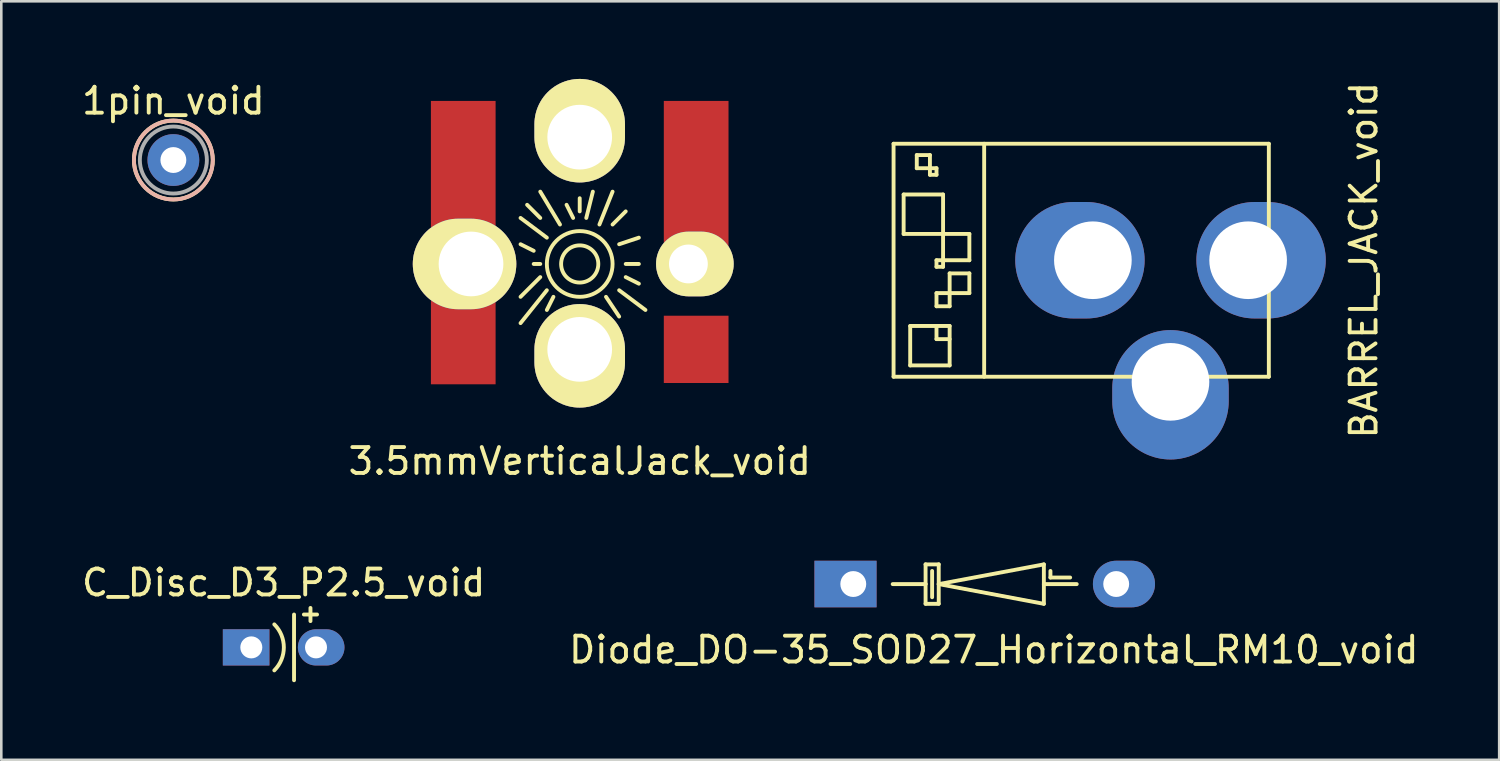
<source format=kicad_pcb>
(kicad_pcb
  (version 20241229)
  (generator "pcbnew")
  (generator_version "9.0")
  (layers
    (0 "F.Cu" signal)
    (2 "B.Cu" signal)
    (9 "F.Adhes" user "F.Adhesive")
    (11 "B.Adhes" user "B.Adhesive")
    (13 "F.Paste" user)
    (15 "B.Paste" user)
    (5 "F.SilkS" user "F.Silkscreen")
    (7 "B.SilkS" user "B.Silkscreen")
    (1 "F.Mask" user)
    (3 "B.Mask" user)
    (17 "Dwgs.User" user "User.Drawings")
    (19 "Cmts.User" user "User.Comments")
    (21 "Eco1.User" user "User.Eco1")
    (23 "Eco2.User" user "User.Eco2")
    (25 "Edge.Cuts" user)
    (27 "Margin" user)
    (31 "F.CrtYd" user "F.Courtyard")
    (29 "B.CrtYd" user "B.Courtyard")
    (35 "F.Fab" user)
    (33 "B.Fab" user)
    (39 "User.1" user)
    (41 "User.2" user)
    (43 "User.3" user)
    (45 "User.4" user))
  (footprint "C_Disc_D3_P2.5_void"
    (layer "F.Cu")
    (at 6.661 21.966)
    (property "Reference" "C_Disc_D3_P2.5_void" (at 1.25 -2.5 0) (layer "F.SilkS") (effects (font (size 1 1) (thickness 0.15))))
    (attr through_hole)
    (fp_line (start 1.651 -1.27) (end 1.651 1.27) (stroke (width 0.15) (type solid)) (layer "F.SilkS"))
    (fp_line (start 2.032 -1.27) (end 2.54 -1.27) (stroke (width 0.15) (type solid)) (layer "F.SilkS"))
    (fp_line (start 2.286 -1.016) (end 2.286 -1.524) (stroke (width 0.15) (type solid)) (layer "F.SilkS"))
    (fp_arc (start 0.889 -0.889) (mid 1.257236 0) (end 0.889 0.889) (stroke (width 0.15) (type solid)) (layer "F.SilkS"))
    (pad "1" thru_hole rect (at 0 0) (size 1.8 1.4) (drill 0.85 (offset -0.2 0)) (layers "*.Cu" "*.Mask"))
    (pad "2" thru_hole oval (at 2.5 0) (size 1.8 1.4) (drill 0.85 (offset 0.2 0)) (layers "*.Cu" "*.Mask")))
  (footprint "BARREL_JACK_void"
    (layer "F.Cu")
    (at 38.98 7.006)
    (property "Reference" "BARREL_JACK_void" (at 10.668 0 90) (layer "F.SilkS") (effects (font (size 1 1) (thickness 0.15))))
    (attr through_hole)
    (fp_line (start -7.501 -4.501) (end -7.501 4.501) (stroke (width 0.15) (type solid)) (layer "F.SilkS"))
    (fp_line (start -7.501 4.501) (end 7 4.501) (stroke (width 0.15) (type solid)) (layer "F.SilkS"))
    (fp_line (start -7.112 -2.54) (end -7.112 -1.016) (stroke (width 0.15) (type solid)) (layer "F.SilkS"))
    (fp_line (start -7.112 -1.016) (end -5.588 -1.016) (stroke (width 0.15) (type solid)) (layer "F.SilkS"))
    (fp_line (start -6.858 2.54) (end -5.334 2.54) (stroke (width 0.15) (type solid)) (layer "F.SilkS"))
    (fp_line (start -6.858 4.064) (end -6.858 2.54) (stroke (width 0.15) (type solid)) (layer "F.SilkS"))
    (fp_line (start -6.604 -4.064) (end -6.604 -3.556) (stroke (width 0.15) (type solid)) (layer "F.SilkS"))
    (fp_line (start -6.604 -3.556) (end -6.096 -3.556) (stroke (width 0.15) (type solid)) (layer "F.SilkS"))
    (fp_line (start -6.096 -4.064) (end -6.604 -4.064) (stroke (width 0.15) (type solid)) (layer "F.SilkS"))
    (fp_line (start -6.096 -3.556) (end -6.096 -4.064) (stroke (width 0.15) (type solid)) (layer "F.SilkS"))
    (fp_line (start -6.096 -3.556) (end -6.096 -3.302) (stroke (width 0.15) (type solid)) (layer "F.SilkS"))
    (fp_line (start -6.096 -3.302) (end -5.842 -3.302) (stroke (width 0.15) (type solid)) (layer "F.SilkS"))
    (fp_line (start -5.842 -3.556) (end -6.096 -3.556) (stroke (width 0.15) (type solid)) (layer "F.SilkS"))
    (fp_line (start -5.842 -3.302) (end -5.842 -3.556) (stroke (width 0.15) (type solid)) (layer "F.SilkS"))
    (fp_line (start -5.842 0) (end -5.842 0.254) (stroke (width 0.15) (type solid)) (layer "F.SilkS"))
    (fp_line (start -5.842 0.254) (end -5.588 0.254) (stroke (width 0.15) (type solid)) (layer "F.SilkS"))
    (fp_line (start -5.842 1.27) (end -5.334 1.27) (stroke (width 0.15) (type solid)) (layer "F.SilkS"))
    (fp_line (start -5.842 1.778) (end -5.842 1.27) (stroke (width 0.15) (type solid)) (layer "F.SilkS"))
    (fp_line (start -5.842 2.54) (end -5.842 3.048) (stroke (width 0.15) (type solid)) (layer "F.SilkS"))
    (fp_line (start -5.842 3.048) (end -5.334 3.048) (stroke (width 0.15) (type solid)) (layer "F.SilkS"))
    (fp_line (start -5.588 -2.54) (end -7.112 -2.54) (stroke (width 0.15) (type solid)) (layer "F.SilkS"))
    (fp_line (start -5.588 -1.016) (end -5.588 -2.54) (stroke (width 0.15) (type solid)) (layer "F.SilkS"))
    (fp_line (start -5.588 -1.016) (end -5.588 0) (stroke (width 0.15) (type solid)) (layer "F.SilkS"))
    (fp_line (start -5.588 0) (end -5.842 0) (stroke (width 0.15) (type solid)) (layer "F.SilkS"))
    (fp_line (start -5.588 0) (end -4.572 0) (stroke (width 0.15) (type solid)) (layer "F.SilkS"))
    (fp_line (start -5.588 0.254) (end -5.588 0) (stroke (width 0.15) (type solid)) (layer "F.SilkS"))
    (fp_line (start -5.334 0.508) (end -5.334 1.27) (stroke (width 0.15) (type solid)) (layer "F.SilkS"))
    (fp_line (start -5.334 1.27) (end -5.334 1.778) (stroke (width 0.15) (type solid)) (layer "F.SilkS"))
    (fp_line (start -5.334 1.27) (end -4.572 1.27) (stroke (width 0.15) (type solid)) (layer "F.SilkS"))
    (fp_line (start -5.334 1.778) (end -5.842 1.778) (stroke (width 0.15) (type solid)) (layer "F.SilkS"))
    (fp_line (start -5.334 2.54) (end -5.334 4.064) (stroke (width 0.15) (type solid)) (layer "F.SilkS"))
    (fp_line (start -5.334 4.064) (end -6.858 4.064) (stroke (width 0.15) (type solid)) (layer "F.SilkS"))
    (fp_line (start -4.572 -1.016) (end -5.588 -1.016) (stroke (width 0.15) (type solid)) (layer "F.SilkS"))
    (fp_line (start -4.572 0) (end -4.572 -1.016) (stroke (width 0.15) (type solid)) (layer "F.SilkS"))
    (fp_line (start -4.572 0.508) (end -5.334 0.508) (stroke (width 0.15) (type solid)) (layer "F.SilkS"))
    (fp_line (start -4.572 1.27) (end -4.572 0.508) (stroke (width 0.15) (type solid)) (layer "F.SilkS"))
    (fp_line (start -4 -4.501) (end -4 4.501) (stroke (width 0.15) (type solid)) (layer "F.SilkS"))
    (fp_line (start 7 -4.501) (end -7.501 -4.501) (stroke (width 0.15) (type solid)) (layer "F.SilkS"))
    (fp_line (start 7 4.501) (end 7 -4.501) (stroke (width 0.15) (type solid)) (layer "F.SilkS"))
    (pad "1" thru_hole oval (at 6.2 0) (size 5 4.5) (drill 3 (offset 0.5 0)) (layers "*.Cu" "*.Mask"))
    (pad "2" thru_hole oval (at 0.201 0) (size 5 4.5) (drill 3 (offset -0.5 0)) (layers "*.Cu" "*.Mask"))
    (pad "3" thru_hole oval (at 3.2 4.699) (size 4.5 5) (drill 3 (offset 0 0.5)) (layers "*.Cu" "*.Mask")))
  (footprint "1pin_void"
    (layer "F.Cu")
    (at 3.649 3.134)
    (property "Reference" "1pin_void" (at 0 -2.286 0) (layer "F.SilkS") (effects (font (size 1 1) (thickness 0.15))))
    (attr through_hole)
    (fp_circle (center 0 0) (end 1.524 0) (stroke (width 0.15) (type solid)) (fill no) (layer "F.SilkS"))
    (fp_circle (center 0 0) (end 1.524 0) (stroke (width 0.15) (type solid)) (fill no) (layer "B.SilkS"))
    (fp_circle (center 0 0) (end 1.27 -0.254) (stroke (width 0.15) (type solid)) (fill no) (layer "F.Fab"))
    (pad "1" thru_hole circle (at 0 0) (size 2 2) (drill 1) (layers "*.Cu" "*.Mask")))
  (footprint "Diode_DO-35_SOD27_Horizontal_RM10_void"
    (layer "F.Cu")
    (at 29.921 19.521)
    (property "Reference" "Diode_DO-35_SOD27_Horizontal_RM10_void" (at 5.431 2.537 0) (layer "F.SilkS") (effects (font (size 1 1) (thickness 0.15))))
    (attr through_hole)
    (fp_line (start 2.794 -0.762) (end 3.302 -0.762) (stroke (width 0.15) (type solid)) (layer "F.SilkS"))
    (fp_line (start 2.794 0) (end 1.524 0) (stroke (width 0.15) (type solid)) (layer "F.SilkS"))
    (fp_line (start 2.795 -0.765) (end 2.795 -0.003) (stroke (width 0.15) (type solid)) (layer "F.SilkS"))
    (fp_line (start 2.795 -0.003) (end 2.795 0.759) (stroke (width 0.15) (type solid)) (layer "F.SilkS"))
    (fp_line (start 3.048 0.508) (end 3.048 -0.508) (stroke (width 0.15) (type solid)) (layer "F.SilkS"))
    (fp_line (start 3.302 0) (end 7.366 -0.762) (stroke (width 0.15) (type solid)) (layer "F.SilkS"))
    (fp_line (start 3.302 0.762) (end 2.794 0.762) (stroke (width 0.15) (type solid)) (layer "F.SilkS"))
    (fp_line (start 3.303 -0.765) (end 3.303 0.759) (stroke (width 0.15) (type solid)) (layer "F.SilkS"))
    (fp_line (start 7.366 0) (end 7.366 -0.762) (stroke (width 0.15) (type solid)) (layer "F.SilkS"))
    (fp_line (start 7.366 0) (end 7.366 0.762) (stroke (width 0.15) (type solid)) (layer "F.SilkS"))
    (fp_line (start 7.366 0) (end 8.636 0) (stroke (width 0.15) (type solid)) (layer "F.SilkS"))
    (fp_line (start 7.366 0.762) (end 3.302 0) (stroke (width 0.15) (type solid)) (layer "F.SilkS"))
    (fp_line (start 7.62 -0.508) (end 7.62 -0.254) (stroke (width 0.15) (type solid)) (layer "F.SilkS"))
    (fp_line (start 7.62 -0.254) (end 8.382 -0.254) (stroke (width 0.15) (type solid)) (layer "F.SilkS"))
    (pad "1" thru_hole rect (at 0.001 -0.003 180) (size 2.4 1.8) (drill 1 (offset 0.3 0)) (layers "*.Cu" "*.Mask"))
    (pad "2" thru_hole oval (at 10.161 -0.003 180) (size 2.4 1.8) (drill 1 (offset -0.3 0)) (layers "*.Cu" "*.Mask")))
  (footprint "3.5mmVerticalJack_void"
    (layer "F.Cu")
    (at 19.351 7.15)
    (property "Reference" "3.5mmVerticalJack_void" (at 0 7.62 0) (layer "F.SilkS") (effects (font (size 1 1) (thickness 0.15))))
    (attr through_hole)
    (fp_line (start -1.778 -0.508) (end -2.286 -0.762) (stroke (width 0.15) (type solid)) (layer "F.SilkS"))
    (fp_line (start -1.524 -1.778) (end -2.032 -2.286) (stroke (width 0.15) (type solid)) (layer "F.SilkS"))
    (fp_line (start -1.524 0) (end -1.778 0) (stroke (width 0.15) (type solid)) (layer "F.SilkS"))
    (fp_line (start -1.524 0.508) (end -2.286 1.27) (stroke (width 0.15) (type solid)) (layer "F.SilkS"))
    (fp_line (start -1.27 -1.016) (end -2.286 -1.778) (stroke (width 0.15) (type solid)) (layer "F.SilkS"))
    (fp_line (start -1.27 1.016) (end -2.286 2.286) (stroke (width 0.15) (type solid)) (layer "F.SilkS"))
    (fp_line (start -1.016 1.27) (end -1.27 1.778) (stroke (width 0.15) (type solid)) (layer "F.SilkS"))
    (fp_line (start -0.762 -1.524) (end -1.524 -2.794) (stroke (width 0.15) (type solid)) (layer "F.SilkS"))
    (fp_line (start -0.254 -1.778) (end -0.508 -2.286) (stroke (width 0.15) (type solid)) (layer "F.SilkS"))
    (fp_line (start 0 -2.032) (end 0 -2.54) (stroke (width 0.15) (type solid)) (layer "F.SilkS"))
    (fp_line (start 0.254 -1.778) (end 0.508 -2.794) (stroke (width 0.15) (type solid)) (layer "F.SilkS"))
    (fp_line (start 0.762 -1.524) (end 1.27 -2.794) (stroke (width 0.15) (type solid)) (layer "F.SilkS"))
    (fp_line (start 1.016 1.27) (end 1.524 2.032) (stroke (width 0.15) (type solid)) (layer "F.SilkS"))
    (fp_line (start 1.27 -1.524) (end 1.778 -2.032) (stroke (width 0.15) (type solid)) (layer "F.SilkS"))
    (fp_line (start 1.524 -0.762) (end 2.286 -1.016) (stroke (width 0.15) (type solid)) (layer "F.SilkS"))
    (fp_line (start 1.524 1.016) (end 2.54 1.778) (stroke (width 0.15) (type solid)) (layer "F.SilkS"))
    (fp_line (start 1.778 0) (end 2.286 0) (stroke (width 0.15) (type solid)) (layer "F.SilkS"))
    (fp_line (start 1.778 0.508) (end 2.286 0.762) (stroke (width 0.15) (type solid)) (layer "F.SilkS"))
    (fp_circle (center 0 0) (end 0.508 -0.508) (stroke (width 0.15) (type solid)) (fill no) (layer "F.SilkS"))
    (fp_circle (center 0 0) (end 1.016 -0.762) (stroke (width 0.15) (type solid)) (fill no) (layer "F.SilkS"))
    (pad "1" connect rect (at -4.5 -3.8) (size 2.5 5) (layers "F.Cu" "F.Mask"))
    (pad "1" connect rect (at -4.5 3) (size 2.5 3.3) (layers "F.Cu" "F.Mask"))
    (pad "1" thru_hole oval (at -4.2 0) (size 4 3.5) (drill 2.5 (offset -0.25 0)) (layers "*.Cu" "*.Mask" "F.SilkS"))
    (pad "1" thru_hole oval (at 4.2 0) (size 3 2.5) (drill 1.5 (offset 0.25 0)) (layers "*.Cu" "*.Mask" "F.SilkS"))
    (pad "1" connect rect (at 4.5 -3.4) (size 2.5 5.8) (layers "F.Cu" "F.Mask"))
    (pad "1" connect rect (at 4.5 3.3) (size 2.5 2.6) (layers "F.Cu" "F.Mask"))
    (pad "2" thru_hole oval (at 0 3.3) (size 3.5 4) (drill 2.5 (offset 0 0.25)) (layers "*.Cu" "*.Mask" "F.SilkS"))
    (pad "3" thru_hole oval (at 0 -4.9) (size 3.5 4) (drill 2.5 (offset 0 -0.25)) (layers "*.Cu" "*.Mask" "F.SilkS")))
  (gr_rect
    (start -3 -3)
    (end 54.881 26.311)
    (stroke (width 0.1) (type default))
    (fill no)
    (layer "Edge.Cuts")))
</source>
